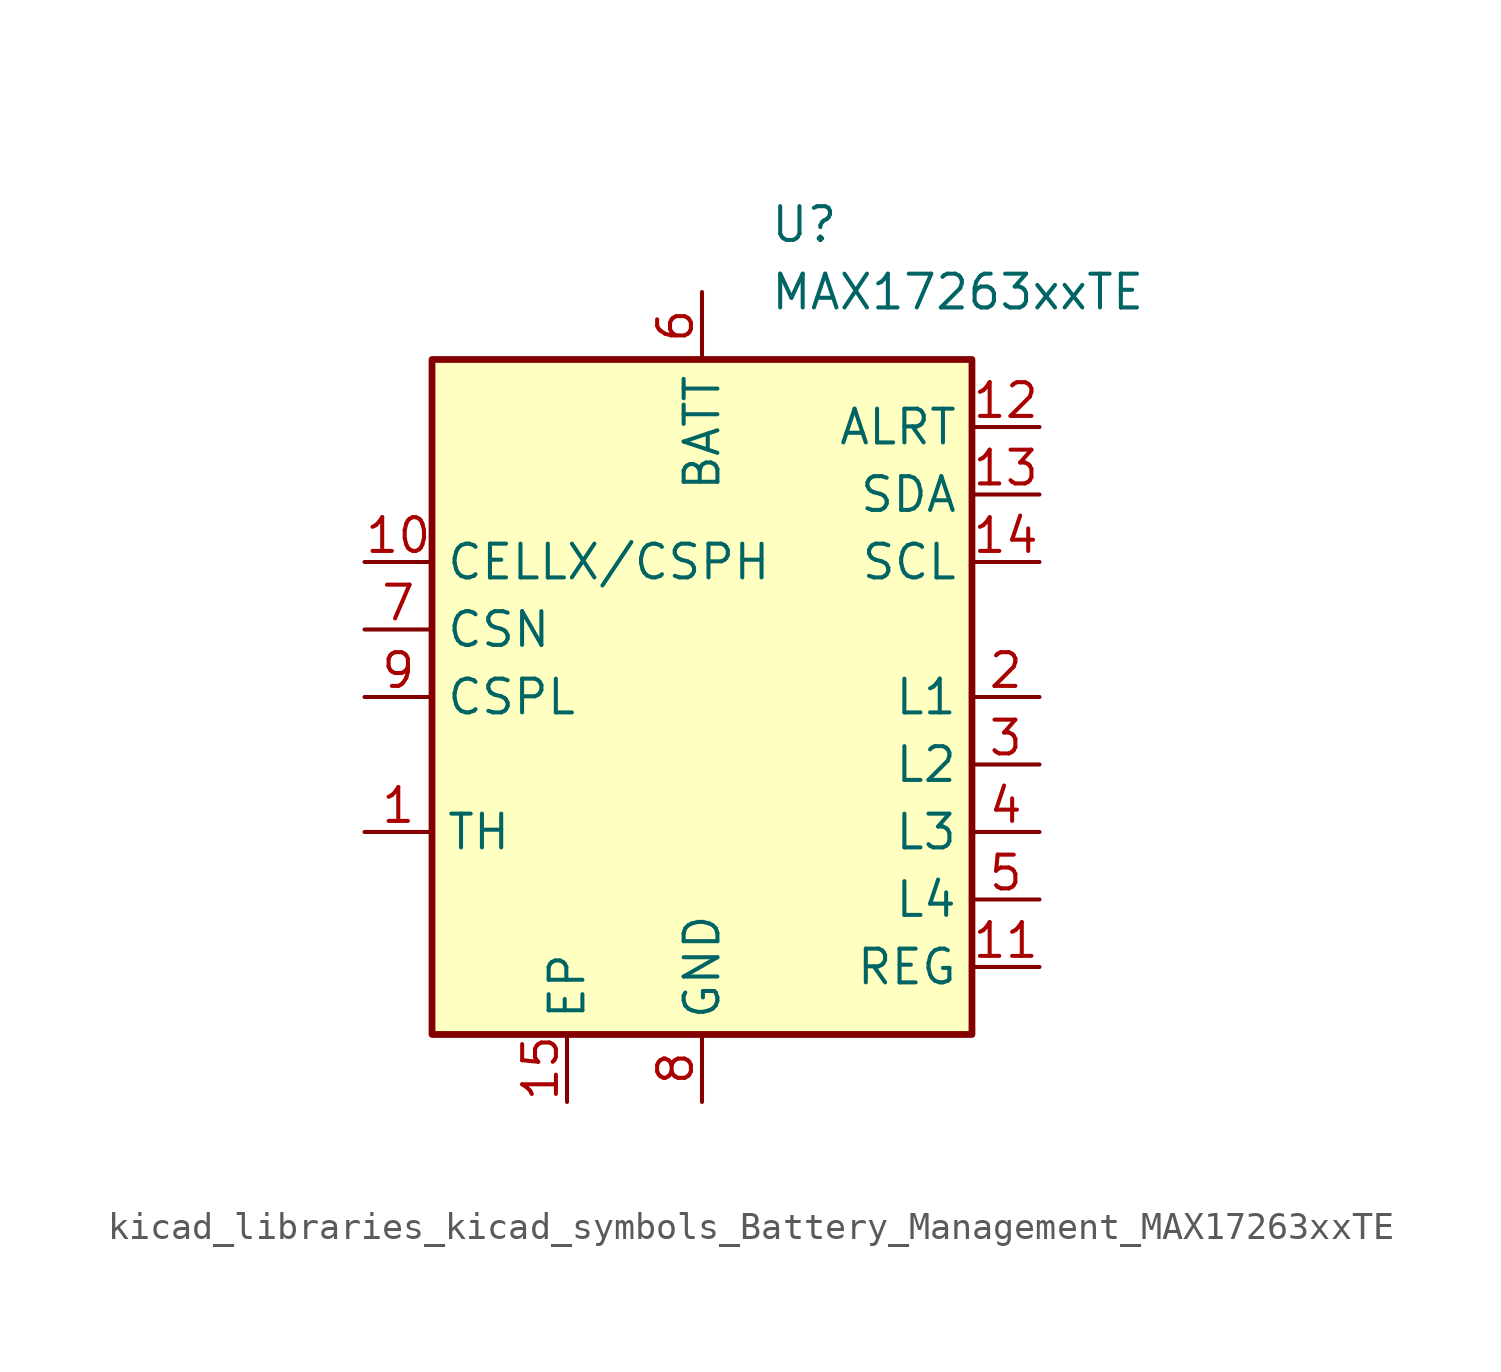
<source format=kicad_sym>
(kicad_symbol_lib
  (version 20220914)
  (generator kicad_symbol_editor)
  (symbol "kicad_libraries_kicad_symbols_Battery_Management_MAX17263xxTE"
    (property "Reference" "U"
      (at 2.54 17.78 0)
      (effects (font (size 1.27 1.27)) (justify left)))
    (property "Value" "MAX17263xxTE"
      (at 2.54 15.24 0)
      (effects (font (size 1.27 1.27)) (justify left)))
    (symbol "kicad_libraries_kicad_symbols_Battery_Management_MAX17263xxTE_0_1"
      (rectangle (start -10.16 12.7) (end 10.16 -12.7) (stroke (width 0.254) (type default)) (fill (type background))))
    (symbol "kicad_libraries_kicad_symbols_Battery_Management_MAX17263xxTE_1_1"
      (pin passive line (at -12.7 -5.08 0) (length 2.54) (name "TH" (effects (font (size 1.27 1.27)))) (number "1" (effects (font (size 1.27 1.27)))))
      (pin input line (at -12.7 5.08 0) (length 2.54) (name "CELLX/CSPH" (effects (font (size 1.27 1.27)))) (number "10" (effects (font (size 1.27 1.27)))))
      (pin power_out line (at 12.7 -10.16 180) (length 2.54) (name "REG" (effects (font (size 1.27 1.27)))) (number "11" (effects (font (size 1.27 1.27)))))
      (pin open_collector line (at 12.7 10.16 180) (length 2.54) (name "ALRT" (effects (font (size 1.27 1.27)))) (number "12" (effects (font (size 1.27 1.27)))))
      (pin bidirectional line (at 12.7 7.62 180) (length 2.54) (name "SDA" (effects (font (size 1.27 1.27)))) (number "13" (effects (font (size 1.27 1.27)))))
      (pin input line (at 12.7 5.08 180) (length 2.54) (name "SCL" (effects (font (size 1.27 1.27)))) (number "14" (effects (font (size 1.27 1.27)))))
      (pin passive line (at -5.08 -15.24 90) (length 2.54) (name "EP" (effects (font (size 1.27 1.27)))) (number "15" (effects (font (size 1.27 1.27)))))
      (pin bidirectional line (at 12.7 0 180) (length 2.54) (name "L1" (effects (font (size 1.27 1.27)))) (number "2" (effects (font (size 1.27 1.27)))))
      (pin output line (at 12.7 -2.54 180) (length 2.54) (name "L2" (effects (font (size 1.27 1.27)))) (number "3" (effects (font (size 1.27 1.27)))))
      (pin output line (at 12.7 -5.08 180) (length 2.54) (name "L3" (effects (font (size 1.27 1.27)))) (number "4" (effects (font (size 1.27 1.27)))))
      (pin output line (at 12.7 -7.62 180) (length 2.54) (name "L4" (effects (font (size 1.27 1.27)))) (number "5" (effects (font (size 1.27 1.27)))))
      (pin power_in line (at 0 15.24 270) (length 2.54) (name "BATT" (effects (font (size 1.27 1.27)))) (number "6" (effects (font (size 1.27 1.27)))))
      (pin input line (at -12.7 2.54 0) (length 2.54) (name "CSN" (effects (font (size 1.27 1.27)))) (number "7" (effects (font (size 1.27 1.27)))))
      (pin power_in line (at 0 -15.24 90) (length 2.54) (name "GND" (effects (font (size 1.27 1.27)))) (number "8" (effects (font (size 1.27 1.27)))))
      (pin input line (at -12.7 0 0) (length 2.54) (name "CSPL" (effects (font (size 1.27 1.27)))) (number "9" (effects (font (size 1.27 1.27))))))))
</source>
